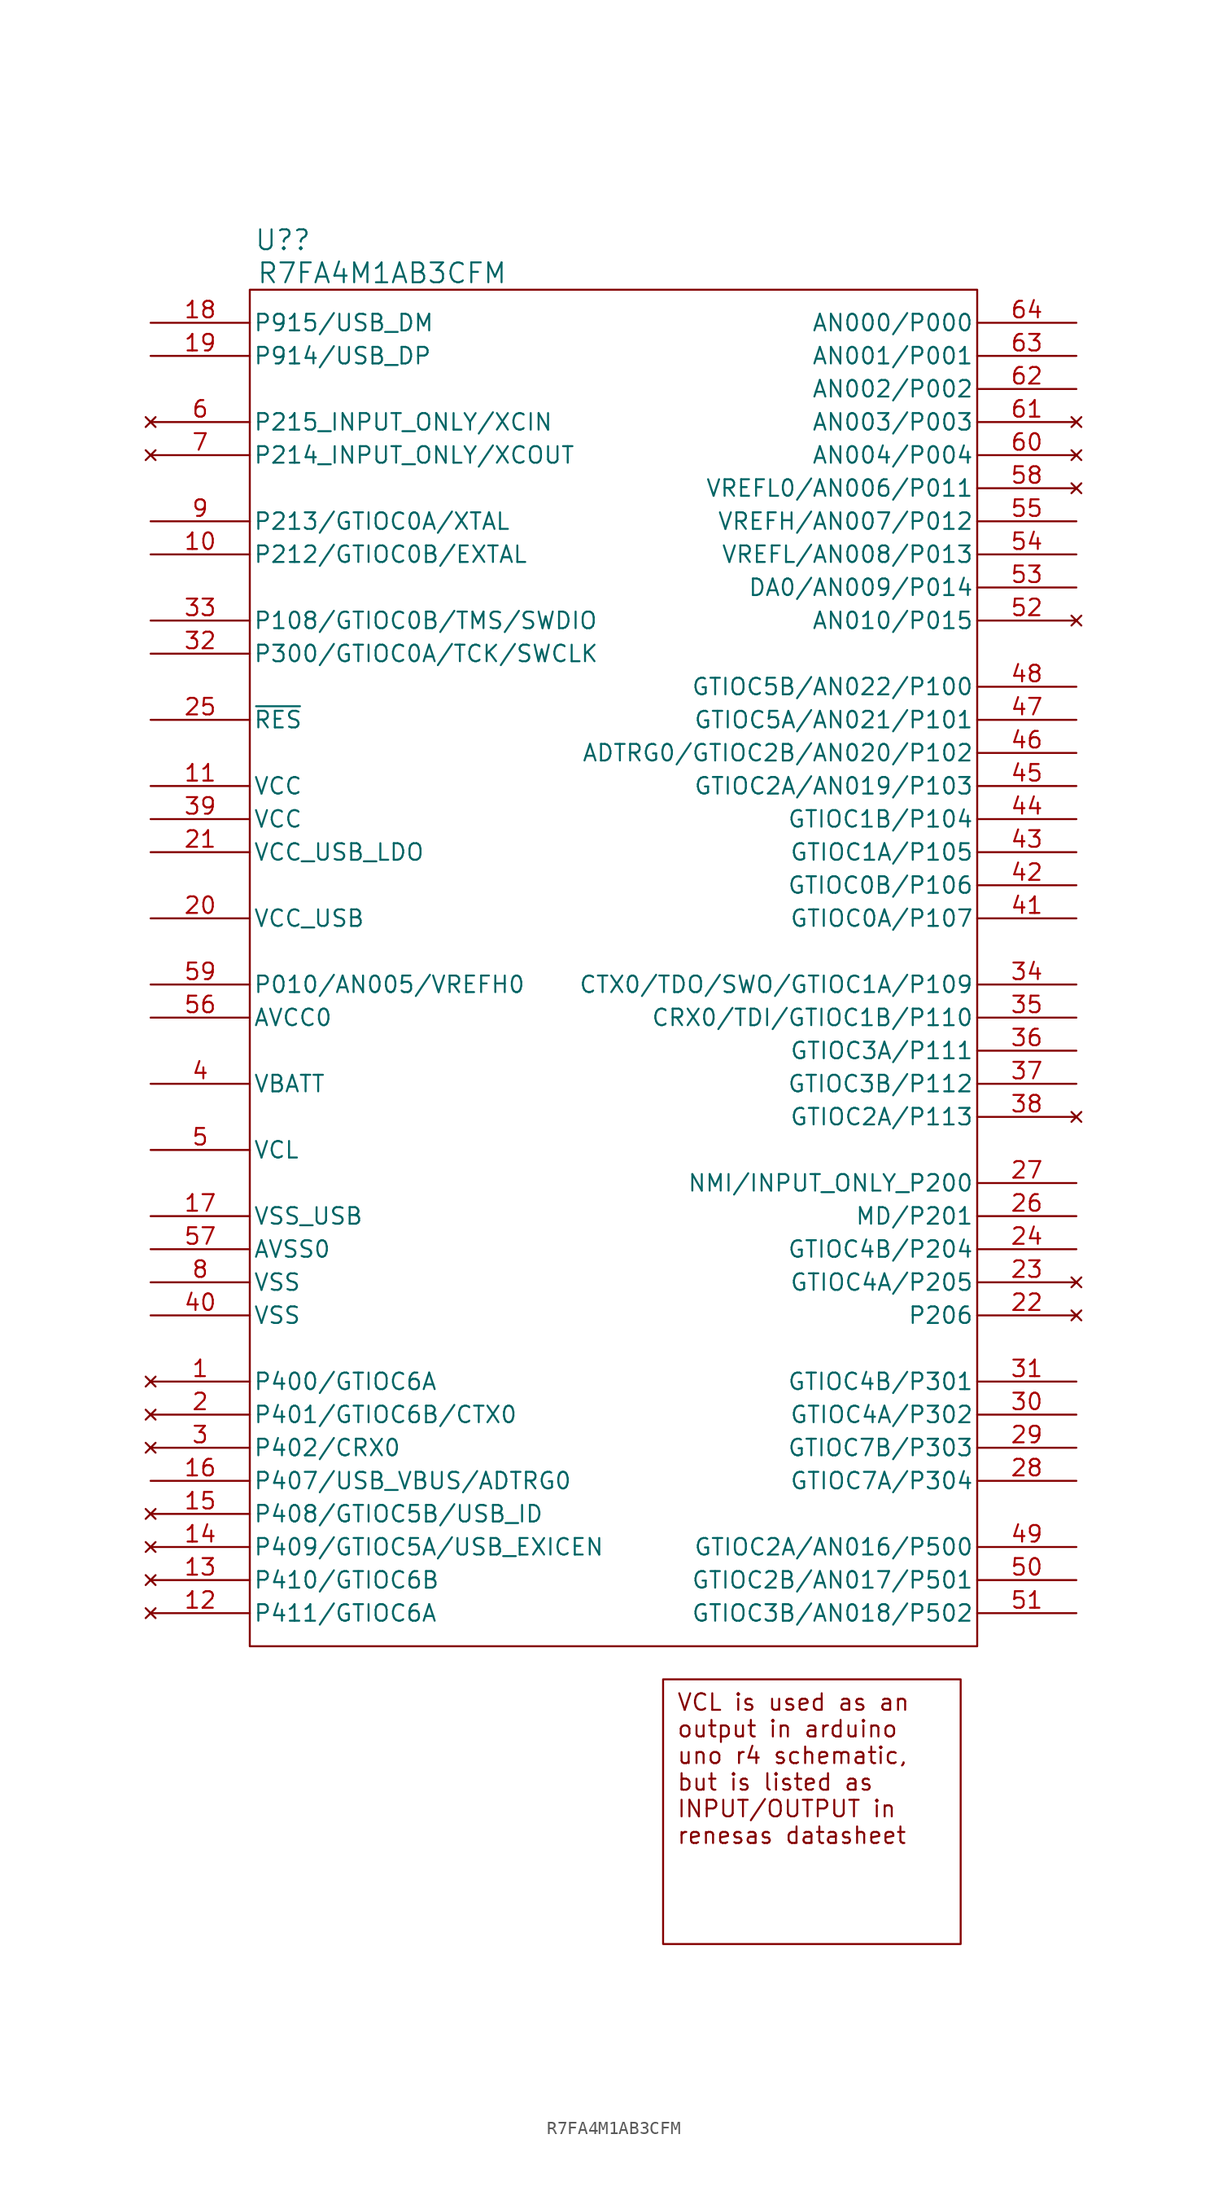
<source format=kicad_sym>
(kicad_symbol_lib
  (version 20220914)
  (generator kicad_symbol_editor)
  (symbol "R7FA4M1AB3CFM"
    (pin_names
      (offset 0.254))
    (property "Reference" "U?"
      (at -24.13 -19.05 0)
      (effects (font (size 1.524 1.524))))
    (property "Value" "R7FA4M1AB3CFM"
      (at -16.51 -21.59 0)
      (effects (font (size 1.524 1.524))))
    (symbol "R7FA4M1AB3CFM_0_0"
      (text_box "VCL is used as an output in arduino uno r4 schematic, but is listed as INPUT/OUTPUT in renesas datasheet" (at 5.08 -129.54 0) (size 22.86 -20.32) (stroke (width 0) (type default)) (fill (type none)) (effects (font (size 1.27 1.27)) (justify left top))))
    (symbol "R7FA4M1AB3CFM_0_1"
      (pin power_in line (at -34.29 -60.96 0) (length 7.62) (name "VCC" (effects (font (size 1.27 1.27)))) (number "11" (effects (font (size 1.27 1.27)))))
      (pin power_in line (at -34.29 -93.98 0) (length 7.62) (name "VSS_USB" (effects (font (size 1.27 1.27)))) (number "17" (effects (font (size 1.27 1.27)))))
      (pin bidirectional line (at -34.29 -25.4 0) (length 7.62) (name "P915/USB_DM" (effects (font (size 1.27 1.27)))) (number "18" (effects (font (size 1.27 1.27)))))
      (pin bidirectional line (at -34.29 -27.94 0) (length 7.62) (name "P914/USB_DP" (effects (font (size 1.27 1.27)))) (number "19" (effects (font (size 1.27 1.27)))))
      (pin power_in line (at -34.29 -71.12 0) (length 7.62) (name "VCC_USB" (effects (font (size 1.27 1.27)))) (number "20" (effects (font (size 1.27 1.27)))))
      (pin power_in line (at -34.29 -66.04 0) (length 7.62) (name "VCC_USB_LDO" (effects (font (size 1.27 1.27)))) (number "21" (effects (font (size 1.27 1.27)))))
      (pin power_in line (at -34.29 -83.82 0) (length 7.62) (name "VBATT" (effects (font (size 1.27 1.27)))) (number "4" (effects (font (size 1.27 1.27)))))
      (pin power_out line (at -34.29 -88.9 0) (length 7.62) (name "VCL" (effects (font (size 1.27 1.27)))) (number "5" (effects (font (size 1.27 1.27)))))
      (pin power_in line (at -34.29 -99.06 0) (length 7.62) (name "VSS" (effects (font (size 1.27 1.27)))) (number "8" (effects (font (size 1.27 1.27))))))
    (symbol "R7FA4M1AB3CFM_1_1"
      (rectangle (start -26.67 -22.86) (end 29.21 -127) (stroke (width 0) (type default)) (fill (type none)))
      (pin no_connect line (at -34.29 -106.68 0) (length 7.62) (name "P400/GTIOC6A" (effects (font (size 1.27 1.27)))) (number "1" (effects (font (size 1.27 1.27)))))
      (pin bidirectional line (at -34.29 -43.18 0) (length 7.62) (name "P212/GTIOC0B/EXTAL" (effects (font (size 1.27 1.27)))) (number "10" (effects (font (size 1.27 1.27)))))
      (pin no_connect line (at -34.29 -124.46 0) (length 7.62) (name "P411/GTIOC6A" (effects (font (size 1.27 1.27)))) (number "12" (effects (font (size 1.27 1.27)))))
      (pin no_connect line (at -34.29 -121.92 0) (length 7.62) (name "P410/GTIOC6B" (effects (font (size 1.27 1.27)))) (number "13" (effects (font (size 1.27 1.27)))))
      (pin no_connect line (at -34.29 -119.38 0) (length 7.62) (name "P409/GTIOC5A/USB_EXICEN" (effects (font (size 1.27 1.27)))) (number "14" (effects (font (size 1.27 1.27)))))
      (pin no_connect line (at -34.29 -116.84 0) (length 7.62) (name "P408/GTIOC5B/USB_ID" (effects (font (size 1.27 1.27)))) (number "15" (effects (font (size 1.27 1.27)))))
      (pin bidirectional line (at -34.29 -114.3 0) (length 7.62) (name "P407/USB_VBUS/ADTRG0" (effects (font (size 1.27 1.27)))) (number "16" (effects (font (size 1.27 1.27)))))
      (pin no_connect line (at -34.29 -109.22 0) (length 7.62) (name "P401/GTIOC6B/CTX0" (effects (font (size 1.27 1.27)))) (number "2" (effects (font (size 1.27 1.27)))))
      (pin no_connect line (at 36.83 -101.6 180) (length 7.62) (name "P206" (effects (font (size 1.27 1.27)))) (number "22" (effects (font (size 1.27 1.27)))))
      (pin no_connect line (at 36.83 -99.06 180) (length 7.62) (name "GTIOC4A/P205" (effects (font (size 1.27 1.27)))) (number "23" (effects (font (size 1.27 1.27)))))
      (pin bidirectional line (at 36.83 -96.52 180) (length 7.62) (name "GTIOC4B/P204" (effects (font (size 1.27 1.27)))) (number "24" (effects (font (size 1.27 1.27)))))
      (pin input line (at -34.29 -55.88 0) (length 7.62) (name "~{RES}" (effects (font (size 1.27 1.27)))) (number "25" (effects (font (size 1.27 1.27)))))
      (pin bidirectional line (at 36.83 -93.98 180) (length 7.62) (name "MD/P201" (effects (font (size 1.27 1.27)))) (number "26" (effects (font (size 1.27 1.27)))))
      (pin input line (at 36.83 -91.44 180) (length 7.62) (name "NMI/INPUT_ONLY_P200" (effects (font (size 1.27 1.27)))) (number "27" (effects (font (size 1.27 1.27)))))
      (pin bidirectional line (at 36.83 -114.3 180) (length 7.62) (name "GTIOC7A/P304" (effects (font (size 1.27 1.27)))) (number "28" (effects (font (size 1.27 1.27)))))
      (pin bidirectional line (at 36.83 -111.76 180) (length 7.62) (name "GTIOC7B/P303" (effects (font (size 1.27 1.27)))) (number "29" (effects (font (size 1.27 1.27)))))
      (pin no_connect line (at -34.29 -111.76 0) (length 7.62) (name "P402/CRX0" (effects (font (size 1.27 1.27)))) (number "3" (effects (font (size 1.27 1.27)))))
      (pin bidirectional line (at 36.83 -109.22 180) (length 7.62) (name "GTIOC4A/P302" (effects (font (size 1.27 1.27)))) (number "30" (effects (font (size 1.27 1.27)))))
      (pin bidirectional line (at 36.83 -106.68 180) (length 7.62) (name "GTIOC4B/P301" (effects (font (size 1.27 1.27)))) (number "31" (effects (font (size 1.27 1.27)))))
      (pin bidirectional line (at -34.29 -50.8 0) (length 7.62) (name "P300/GTIOC0A/TCK/SWCLK" (effects (font (size 1.27 1.27)))) (number "32" (effects (font (size 1.27 1.27)))))
      (pin bidirectional line (at -34.29 -48.26 0) (length 7.62) (name "P108/GTIOC0B/TMS/SWDIO" (effects (font (size 1.27 1.27)))) (number "33" (effects (font (size 1.27 1.27)))))
      (pin bidirectional line (at 36.83 -76.2 180) (length 7.62) (name "CTX0/TDO/SWO/GTIOC1A/P109" (effects (font (size 1.27 1.27)))) (number "34" (effects (font (size 1.27 1.27)))))
      (pin bidirectional line (at 36.83 -78.74 180) (length 7.62) (name "CRX0/TDI/GTIOC1B/P110" (effects (font (size 1.27 1.27)))) (number "35" (effects (font (size 1.27 1.27)))))
      (pin bidirectional line (at 36.83 -81.28 180) (length 7.62) (name "GTIOC3A/P111" (effects (font (size 1.27 1.27)))) (number "36" (effects (font (size 1.27 1.27)))))
      (pin bidirectional line (at 36.83 -83.82 180) (length 7.62) (name "GTIOC3B/P112" (effects (font (size 1.27 1.27)))) (number "37" (effects (font (size 1.27 1.27)))))
      (pin no_connect line (at 36.83 -86.36 180) (length 7.62) (name "GTIOC2A/P113" (effects (font (size 1.27 1.27)))) (number "38" (effects (font (size 1.27 1.27)))))
      (pin power_in line (at -34.29 -63.5 0) (length 7.62) (name "VCC" (effects (font (size 1.27 1.27)))) (number "39" (effects (font (size 1.27 1.27)))))
      (pin power_in line (at -34.29 -101.6 0) (length 7.62) (name "VSS" (effects (font (size 1.27 1.27)))) (number "40" (effects (font (size 1.27 1.27)))))
      (pin bidirectional line (at 36.83 -71.12 180) (length 7.62) (name "GTIOC0A/P107" (effects (font (size 1.27 1.27)))) (number "41" (effects (font (size 1.27 1.27)))))
      (pin bidirectional line (at 36.83 -68.58 180) (length 7.62) (name "GTIOC0B/P106" (effects (font (size 1.27 1.27)))) (number "42" (effects (font (size 1.27 1.27)))))
      (pin bidirectional line (at 36.83 -66.04 180) (length 7.62) (name "GTIOC1A/P105" (effects (font (size 1.27 1.27)))) (number "43" (effects (font (size 1.27 1.27)))))
      (pin bidirectional line (at 36.83 -63.5 180) (length 7.62) (name "GTIOC1B/P104" (effects (font (size 1.27 1.27)))) (number "44" (effects (font (size 1.27 1.27)))))
      (pin bidirectional line (at 36.83 -60.96 180) (length 7.62) (name "GTIOC2A/AN019/P103" (effects (font (size 1.27 1.27)))) (number "45" (effects (font (size 1.27 1.27)))))
      (pin bidirectional line (at 36.83 -58.42 180) (length 7.62) (name "ADTRG0/GTIOC2B/AN020/P102" (effects (font (size 1.27 1.27)))) (number "46" (effects (font (size 1.27 1.27)))))
      (pin bidirectional line (at 36.83 -55.88 180) (length 7.62) (name "GTIOC5A/AN021/P101" (effects (font (size 1.27 1.27)))) (number "47" (effects (font (size 1.27 1.27)))))
      (pin bidirectional line (at 36.83 -53.34 180) (length 7.62) (name "GTIOC5B/AN022/P100" (effects (font (size 1.27 1.27)))) (number "48" (effects (font (size 1.27 1.27)))))
      (pin bidirectional line (at 36.83 -119.38 180) (length 7.62) (name "GTIOC2A/AN016/P500" (effects (font (size 1.27 1.27)))) (number "49" (effects (font (size 1.27 1.27)))))
      (pin bidirectional line (at 36.83 -121.92 180) (length 7.62) (name "GTIOC2B/AN017/P501" (effects (font (size 1.27 1.27)))) (number "50" (effects (font (size 1.27 1.27)))))
      (pin bidirectional line (at 36.83 -124.46 180) (length 7.62) (name "GTIOC3B/AN018/P502" (effects (font (size 1.27 1.27)))) (number "51" (effects (font (size 1.27 1.27)))))
      (pin no_connect line (at 36.83 -48.26 180) (length 7.62) (name "AN010/P015" (effects (font (size 1.27 1.27)))) (number "52" (effects (font (size 1.27 1.27)))))
      (pin bidirectional line (at 36.83 -45.72 180) (length 7.62) (name "DA0/AN009/P014" (effects (font (size 1.27 1.27)))) (number "53" (effects (font (size 1.27 1.27)))))
      (pin bidirectional line (at 36.83 -43.18 180) (length 7.62) (name "VREFL/AN008/P013" (effects (font (size 1.27 1.27)))) (number "54" (effects (font (size 1.27 1.27)))))
      (pin bidirectional line (at 36.83 -40.64 180) (length 7.62) (name "VREFH/AN007/P012" (effects (font (size 1.27 1.27)))) (number "55" (effects (font (size 1.27 1.27)))))
      (pin power_in line (at -34.29 -78.74 0) (length 7.62) (name "AVCC0" (effects (font (size 1.27 1.27)))) (number "56" (effects (font (size 1.27 1.27)))))
      (pin power_in line (at -34.29 -96.52 0) (length 7.62) (name "AVSS0" (effects (font (size 1.27 1.27)))) (number "57" (effects (font (size 1.27 1.27)))))
      (pin no_connect line (at 36.83 -38.1 180) (length 7.62) (name "VREFL0/AN006/P011" (effects (font (size 1.27 1.27)))) (number "58" (effects (font (size 1.27 1.27)))))
      (pin bidirectional line (at -34.29 -76.2 0) (length 7.62) (name "P010/AN005/VREFH0" (effects (font (size 1.27 1.27)))) (number "59" (effects (font (size 1.27 1.27)))))
      (pin no_connect line (at -34.29 -33.02 0) (length 7.62) (name "P215_INPUT_ONLY/XCIN" (effects (font (size 1.27 1.27)))) (number "6" (effects (font (size 1.27 1.27)))))
      (pin no_connect line (at 36.83 -35.56 180) (length 7.62) (name "AN004/P004" (effects (font (size 1.27 1.27)))) (number "60" (effects (font (size 1.27 1.27)))))
      (pin no_connect line (at 36.83 -33.02 180) (length 7.62) (name "AN003/P003" (effects (font (size 1.27 1.27)))) (number "61" (effects (font (size 1.27 1.27)))))
      (pin bidirectional line (at 36.83 -30.48 180) (length 7.62) (name "AN002/P002" (effects (font (size 1.27 1.27)))) (number "62" (effects (font (size 1.27 1.27)))))
      (pin bidirectional line (at 36.83 -27.94 180) (length 7.62) (name "AN001/P001" (effects (font (size 1.27 1.27)))) (number "63" (effects (font (size 1.27 1.27)))))
      (pin bidirectional line (at 36.83 -25.4 180) (length 7.62) (name "AN000/P000" (effects (font (size 1.27 1.27)))) (number "64" (effects (font (size 1.27 1.27)))))
      (pin no_connect line (at -34.29 -35.56 0) (length 7.62) (name "P214_INPUT_ONLY/XCOUT" (effects (font (size 1.27 1.27)))) (number "7" (effects (font (size 1.27 1.27)))))
      (pin bidirectional line (at -34.29 -40.64 0) (length 7.62) (name "P213/GTIOC0A/XTAL" (effects (font (size 1.27 1.27)))) (number "9" (effects (font (size 1.27 1.27))))))))
</source>
